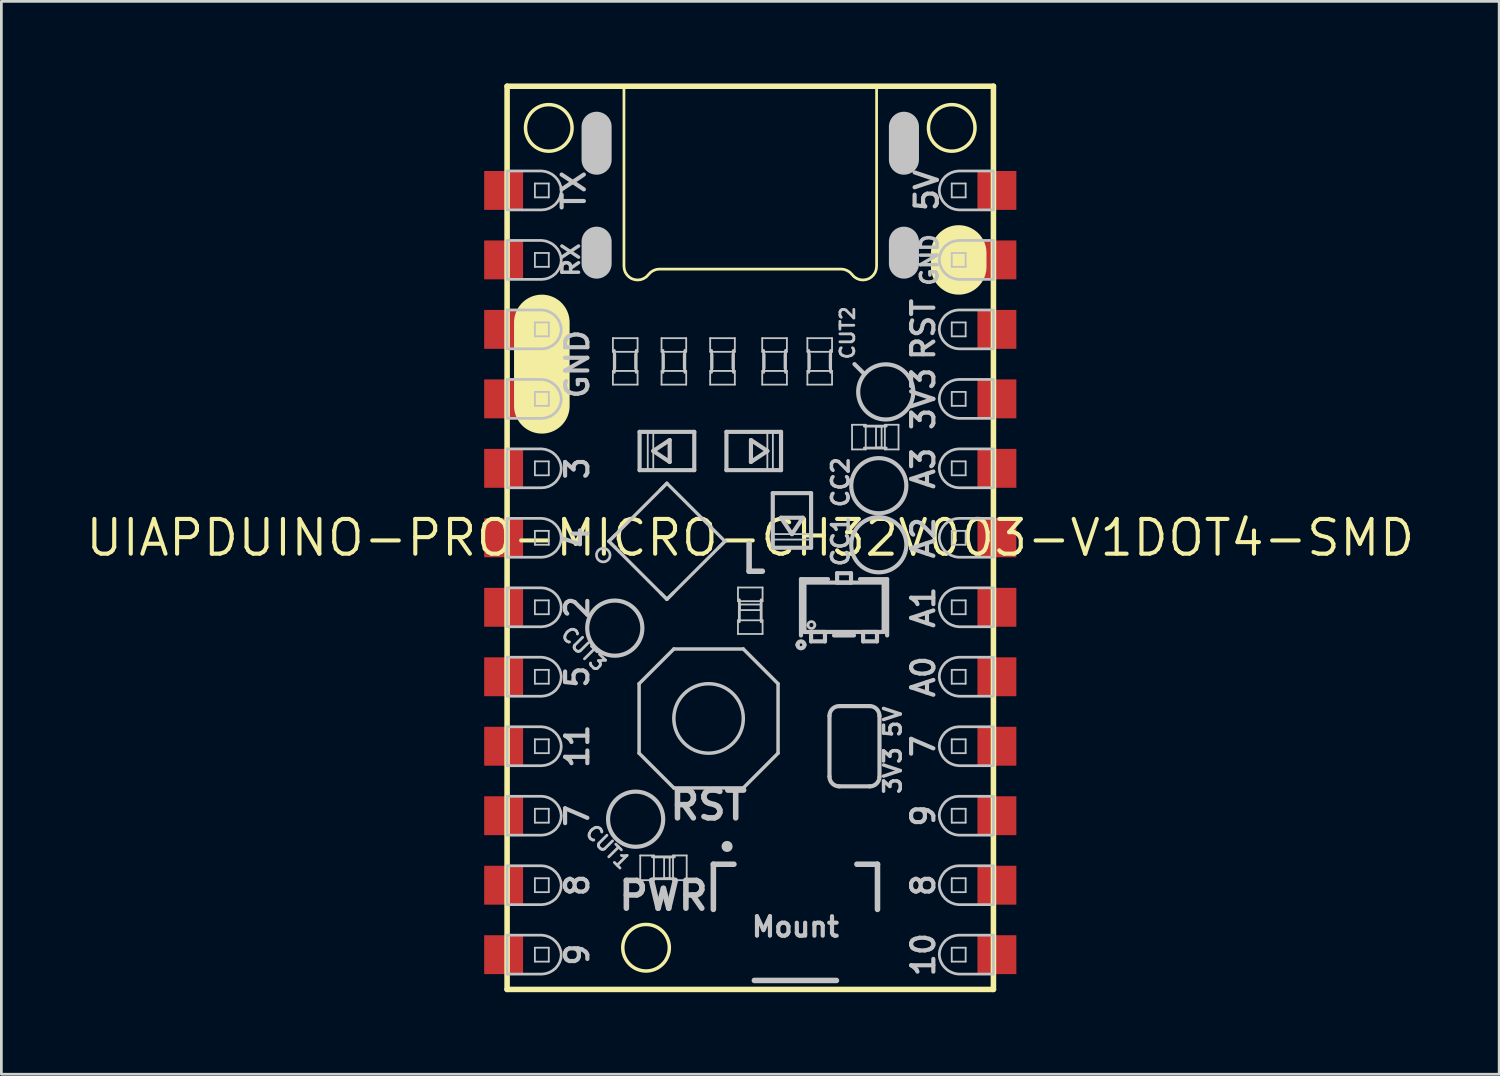
<source format=kicad_pcb>
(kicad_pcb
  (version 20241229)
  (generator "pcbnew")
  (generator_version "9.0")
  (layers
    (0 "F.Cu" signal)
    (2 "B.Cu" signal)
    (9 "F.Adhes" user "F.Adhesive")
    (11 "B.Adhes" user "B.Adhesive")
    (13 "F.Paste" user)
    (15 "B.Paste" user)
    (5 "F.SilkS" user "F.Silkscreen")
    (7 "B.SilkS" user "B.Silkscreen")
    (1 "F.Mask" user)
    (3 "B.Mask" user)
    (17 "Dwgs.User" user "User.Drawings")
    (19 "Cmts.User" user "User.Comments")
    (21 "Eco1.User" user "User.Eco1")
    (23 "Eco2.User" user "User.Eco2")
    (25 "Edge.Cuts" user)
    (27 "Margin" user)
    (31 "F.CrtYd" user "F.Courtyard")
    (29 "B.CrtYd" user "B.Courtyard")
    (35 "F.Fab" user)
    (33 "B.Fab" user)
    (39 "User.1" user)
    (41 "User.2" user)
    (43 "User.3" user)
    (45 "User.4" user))
  (footprint "UIAPDUINO-PRO-MICRO-CH32V003-V1DOT4-SMD"
    (layer "F.Cu")
    (at 24.379 16.612)
    (property "Reference" "UIAPDUINO-PRO-MICRO-CH32V003-V1DOT4-SMD" (at 0 0 0) (layer "F.SilkS") (effects (font (size 1.27 1.27) (thickness 0.15))))
    (attr smd)
    (fp_line (start -8.89 -16.51) (end -8.89 16.51) (stroke (width 0.203) (type solid)) (layer "F.SilkS"))
    (fp_line (start -8.89 16.51) (end 8.89 16.51) (stroke (width 0.203) (type solid)) (layer "F.SilkS"))
    (fp_line (start -7.62 -7.874) (end -7.62 -4.826) (stroke (width 2.032) (type solid)) (layer "F.SilkS"))
    (fp_line (start 7.62 -10.414) (end 7.62 -9.906) (stroke (width 2.032) (type solid)) (layer "F.SilkS"))
    (fp_line (start 8.89 -16.51) (end -8.89 -16.51) (stroke (width 0.203) (type solid)) (layer "F.SilkS"))
    (fp_line (start 8.89 16.51) (end 8.89 -16.51) (stroke (width 0.203) (type solid)) (layer "F.SilkS"))
    (fp_circle (center -7.366 -14.986) (end -7.366 -15.837) (stroke (width 0.127) (type solid)) (fill no) (layer "F.SilkS"))
    (fp_circle (center -3.81 14.986) (end -3.81 14.135) (stroke (width 0.127) (type solid)) (fill no) (layer "F.SilkS"))
    (fp_circle (center 7.366 -14.986) (end 7.366 -15.837) (stroke (width 0.127) (type solid)) (fill no) (layer "F.SilkS"))
    (fp_poly (pts (xy 4.618 -16.525) (xy 4.618 -9.926) (xy 4.605 -9.815) (xy 4.569 -9.708) (xy 4.508 -9.614) (xy 4.43 -9.535) (xy 4.336 -9.474) (xy 4.229 -9.439) (xy 4.12 -9.426) (xy 4.003 -9.439) (xy 3.896 -9.479) (xy 3.797 -9.543) (xy 3.719 -9.627) (xy 3.64 -9.71) (xy 3.543 -9.771) (xy 3.434 -9.812) (xy 3.32 -9.825) (xy -3.32 -9.825) (xy -3.434 -9.812) (xy -3.543 -9.771) (xy -3.64 -9.71) (xy -3.719 -9.627) (xy -3.797 -9.543) (xy -3.896 -9.479) (xy -4.003 -9.439) (xy -4.12 -9.426) (xy -4.229 -9.439) (xy -4.336 -9.474) (xy -4.43 -9.535) (xy -4.508 -9.614) (xy -4.569 -9.708) (xy -4.605 -9.815) (xy -4.618 -9.926) (xy -4.618 -16.525) (xy 4.618 -16.525)) (stroke (width 0.1) (type solid)) (fill no) (layer "F.SilkS"))
    (fp_line (start -7.874 -12.446) (end -7.874 -12.954) (stroke (width 0.066) (type solid)) (layer "Dwgs.User"))
    (fp_line (start -7.874 -9.906) (end -7.874 -10.414) (stroke (width 0.066) (type solid)) (layer "Dwgs.User"))
    (fp_line (start -7.874 -7.366) (end -7.874 -7.874) (stroke (width 0.066) (type solid)) (layer "Dwgs.User"))
    (fp_line (start -7.874 -4.826) (end -7.874 -5.334) (stroke (width 0.066) (type solid)) (layer "Dwgs.User"))
    (fp_line (start -7.874 -2.286) (end -7.874 -2.794) (stroke (width 0.066) (type solid)) (layer "Dwgs.User"))
    (fp_line (start -7.874 0.254) (end -7.874 -0.254) (stroke (width 0.066) (type solid)) (layer "Dwgs.User"))
    (fp_line (start -7.874 2.794) (end -7.874 2.286) (stroke (width 0.066) (type solid)) (layer "Dwgs.User"))
    (fp_line (start -7.874 5.334) (end -7.874 4.826) (stroke (width 0.066) (type solid)) (layer "Dwgs.User"))
    (fp_line (start -7.874 7.874) (end -7.874 7.366) (stroke (width 0.066) (type solid)) (layer "Dwgs.User"))
    (fp_line (start -7.874 10.414) (end -7.874 9.906) (stroke (width 0.066) (type solid)) (layer "Dwgs.User"))
    (fp_line (start -7.874 12.954) (end -7.874 12.446) (stroke (width 0.066) (type solid)) (layer "Dwgs.User"))
    (fp_line (start -7.874 15.494) (end -7.874 14.986) (stroke (width 0.066) (type solid)) (layer "Dwgs.User"))
    (fp_line (start -7.366 -12.954) (end -7.874 -12.954) (stroke (width 0.066) (type solid)) (layer "Dwgs.User"))
    (fp_line (start -7.366 -12.446) (end -7.874 -12.446) (stroke (width 0.066) (type solid)) (layer "Dwgs.User"))
    (fp_line (start -7.366 -12.446) (end -7.366 -12.954) (stroke (width 0.066) (type solid)) (layer "Dwgs.User"))
    (fp_line (start -7.366 -10.414) (end -7.874 -10.414) (stroke (width 0.066) (type solid)) (layer "Dwgs.User"))
    (fp_line (start -7.366 -9.906) (end -7.874 -9.906) (stroke (width 0.066) (type solid)) (layer "Dwgs.User"))
    (fp_line (start -7.366 -9.906) (end -7.366 -10.414) (stroke (width 0.066) (type solid)) (layer "Dwgs.User"))
    (fp_line (start -7.366 -7.874) (end -7.874 -7.874) (stroke (width 0.066) (type solid)) (layer "Dwgs.User"))
    (fp_line (start -7.366 -7.366) (end -7.874 -7.366) (stroke (width 0.066) (type solid)) (layer "Dwgs.User"))
    (fp_line (start -7.366 -7.366) (end -7.366 -7.874) (stroke (width 0.066) (type solid)) (layer "Dwgs.User"))
    (fp_line (start -7.366 -5.334) (end -7.874 -5.334) (stroke (width 0.066) (type solid)) (layer "Dwgs.User"))
    (fp_line (start -7.366 -4.826) (end -7.874 -4.826) (stroke (width 0.066) (type solid)) (layer "Dwgs.User"))
    (fp_line (start -7.366 -4.826) (end -7.366 -5.334) (stroke (width 0.066) (type solid)) (layer "Dwgs.User"))
    (fp_line (start -7.366 -2.794) (end -7.874 -2.794) (stroke (width 0.066) (type solid)) (layer "Dwgs.User"))
    (fp_line (start -7.366 -2.286) (end -7.874 -2.286) (stroke (width 0.066) (type solid)) (layer "Dwgs.User"))
    (fp_line (start -7.366 -2.286) (end -7.366 -2.794) (stroke (width 0.066) (type solid)) (layer "Dwgs.User"))
    (fp_line (start -7.366 -0.254) (end -7.874 -0.254) (stroke (width 0.066) (type solid)) (layer "Dwgs.User"))
    (fp_line (start -7.366 0.254) (end -7.874 0.254) (stroke (width 0.066) (type solid)) (layer "Dwgs.User"))
    (fp_line (start -7.366 0.254) (end -7.366 -0.254) (stroke (width 0.066) (type solid)) (layer "Dwgs.User"))
    (fp_line (start -7.366 2.286) (end -7.874 2.286) (stroke (width 0.066) (type solid)) (layer "Dwgs.User"))
    (fp_line (start -7.366 2.794) (end -7.874 2.794) (stroke (width 0.066) (type solid)) (layer "Dwgs.User"))
    (fp_line (start -7.366 2.794) (end -7.366 2.286) (stroke (width 0.066) (type solid)) (layer "Dwgs.User"))
    (fp_line (start -7.366 4.826) (end -7.874 4.826) (stroke (width 0.066) (type solid)) (layer "Dwgs.User"))
    (fp_line (start -7.366 5.334) (end -7.874 5.334) (stroke (width 0.066) (type solid)) (layer "Dwgs.User"))
    (fp_line (start -7.366 5.334) (end -7.366 4.826) (stroke (width 0.066) (type solid)) (layer "Dwgs.User"))
    (fp_line (start -7.366 7.366) (end -7.874 7.366) (stroke (width 0.066) (type solid)) (layer "Dwgs.User"))
    (fp_line (start -7.366 7.874) (end -7.874 7.874) (stroke (width 0.066) (type solid)) (layer "Dwgs.User"))
    (fp_line (start -7.366 7.874) (end -7.366 7.366) (stroke (width 0.066) (type solid)) (layer "Dwgs.User"))
    (fp_line (start -7.366 9.906) (end -7.874 9.906) (stroke (width 0.066) (type solid)) (layer "Dwgs.User"))
    (fp_line (start -7.366 10.414) (end -7.874 10.414) (stroke (width 0.066) (type solid)) (layer "Dwgs.User"))
    (fp_line (start -7.366 10.414) (end -7.366 9.906) (stroke (width 0.066) (type solid)) (layer "Dwgs.User"))
    (fp_line (start -7.366 12.446) (end -7.874 12.446) (stroke (width 0.066) (type solid)) (layer "Dwgs.User"))
    (fp_line (start -7.366 12.954) (end -7.874 12.954) (stroke (width 0.066) (type solid)) (layer "Dwgs.User"))
    (fp_line (start -7.366 12.954) (end -7.366 12.446) (stroke (width 0.066) (type solid)) (layer "Dwgs.User"))
    (fp_line (start -7.366 14.986) (end -7.874 14.986) (stroke (width 0.066) (type solid)) (layer "Dwgs.User"))
    (fp_line (start -7.366 15.494) (end -7.874 15.494) (stroke (width 0.066) (type solid)) (layer "Dwgs.User"))
    (fp_line (start -7.366 15.494) (end -7.366 14.986) (stroke (width 0.066) (type solid)) (layer "Dwgs.User"))
    (fp_line (start -5.618 -13.825) (end -5.618 -15.027) (stroke (width 1.1) (type solid)) (layer "Dwgs.User"))
    (fp_line (start -5.618 -10.025) (end -5.618 -10.825) (stroke (width 1.1) (type solid)) (layer "Dwgs.User"))
    (fp_line (start -5.169 0.127) (end -4.93 -0.109) (stroke (width 0.119) (type solid)) (layer "Dwgs.User"))
    (fp_line (start -5.169 0.127) (end -3.048 -1.994) (stroke (width 0.119) (type solid)) (layer "Dwgs.User"))
    (fp_line (start -5.022 -7.3) (end -5.022 -6.8) (stroke (width 0.066) (type solid)) (layer "Dwgs.User"))
    (fp_line (start -5.022 -6.101) (end -5.022 -5.601) (stroke (width 0.066) (type solid)) (layer "Dwgs.User"))
    (fp_line (start -4.971 -6.05) (end -4.971 -6.85) (stroke (width 0.102) (type solid)) (layer "Dwgs.User"))
    (fp_line (start -4.953 -6.198) (end -4.953 -6.706) (stroke (width 0.102) (type solid)) (layer "Dwgs.User"))
    (fp_line (start -4.93 0.363) (end -5.169 0.127) (stroke (width 0.119) (type solid)) (layer "Dwgs.User"))
    (fp_line (start -4.191 -6.198) (end -4.191 -6.706) (stroke (width 0.102) (type solid)) (layer "Dwgs.User"))
    (fp_line (start -4.171 -6.05) (end -4.171 -6.85) (stroke (width 0.102) (type solid)) (layer "Dwgs.User"))
    (fp_line (start -4.12 -7.3) (end -5.022 -7.3) (stroke (width 0.066) (type solid)) (layer "Dwgs.User"))
    (fp_line (start -4.12 -7.3) (end -4.12 -6.8) (stroke (width 0.066) (type solid)) (layer "Dwgs.User"))
    (fp_line (start -4.12 -6.8) (end -5.022 -6.8) (stroke (width 0.066) (type solid)) (layer "Dwgs.User"))
    (fp_line (start -4.12 -6.101) (end -5.022 -6.101) (stroke (width 0.066) (type solid)) (layer "Dwgs.User"))
    (fp_line (start -4.12 -6.101) (end -4.12 -5.601) (stroke (width 0.066) (type solid)) (layer "Dwgs.User"))
    (fp_line (start -4.12 -5.601) (end -5.022 -5.601) (stroke (width 0.066) (type solid)) (layer "Dwgs.User"))
    (fp_line (start -4.064 5.334) (end -4.064 7.874) (stroke (width 0.127) (type solid)) (layer "Dwgs.User"))
    (fp_line (start -4.064 7.874) (end -2.794 9.144) (stroke (width 0.127) (type solid)) (layer "Dwgs.User"))
    (fp_line (start -4.046 -3.873) (end -2.047 -3.873) (stroke (width 0.152) (type solid)) (layer "Dwgs.User"))
    (fp_line (start -4.046 -2.474) (end -4.046 -3.873) (stroke (width 0.152) (type solid)) (layer "Dwgs.User"))
    (fp_line (start -4.023 11.613) (end -4.023 12.515) (stroke (width 0.066) (type solid)) (layer "Dwgs.User"))
    (fp_line (start -4.023 11.613) (end -3.523 11.613) (stroke (width 0.066) (type solid)) (layer "Dwgs.User"))
    (fp_line (start -4.023 12.515) (end -3.523 12.515) (stroke (width 0.066) (type solid)) (layer "Dwgs.User"))
    (fp_line (start -3.747 -3.873) (end -3.546 -3.873) (stroke (width 0.066) (type solid)) (layer "Dwgs.User"))
    (fp_line (start -3.747 -2.474) (end -3.747 -3.873) (stroke (width 0.066) (type solid)) (layer "Dwgs.User"))
    (fp_line (start -3.747 -2.474) (end -3.546 -2.474) (stroke (width 0.066) (type solid)) (layer "Dwgs.User"))
    (fp_line (start -3.546 -3.175) (end -2.946 -3.574) (stroke (width 0.152) (type solid)) (layer "Dwgs.User"))
    (fp_line (start -3.546 -2.474) (end -3.546 -3.873) (stroke (width 0.066) (type solid)) (layer "Dwgs.User"))
    (fp_line (start -3.523 11.613) (end -3.523 12.515) (stroke (width 0.066) (type solid)) (layer "Dwgs.User"))
    (fp_line (start -3.284 2.009) (end -3.048 2.248) (stroke (width 0.119) (type solid)) (layer "Dwgs.User"))
    (fp_line (start -3.244 -7.3) (end -3.244 -6.8) (stroke (width 0.066) (type solid)) (layer "Dwgs.User"))
    (fp_line (start -3.244 -6.101) (end -3.244 -5.601) (stroke (width 0.066) (type solid)) (layer "Dwgs.User"))
    (fp_line (start -3.193 -6.05) (end -3.193 -6.85) (stroke (width 0.102) (type solid)) (layer "Dwgs.User"))
    (fp_line (start -3.175 -6.198) (end -3.175 -6.706) (stroke (width 0.102) (type solid)) (layer "Dwgs.User"))
    (fp_line (start -3.15 11.684) (end -3.15 12.446) (stroke (width 0.066) (type solid)) (layer "Dwgs.User"))
    (fp_line (start -3.15 11.684) (end -2.946 11.684) (stroke (width 0.066) (type solid)) (layer "Dwgs.User"))
    (fp_line (start -3.15 12.446) (end -2.946 12.446) (stroke (width 0.066) (type solid)) (layer "Dwgs.User"))
    (fp_line (start -3.048 -1.994) (end -3.284 -1.755) (stroke (width 0.119) (type solid)) (layer "Dwgs.User"))
    (fp_line (start -3.048 -1.994) (end -0.925 0.127) (stroke (width 0.119) (type solid)) (layer "Dwgs.User"))
    (fp_line (start -3.048 2.248) (end -5.169 0.127) (stroke (width 0.119) (type solid)) (layer "Dwgs.User"))
    (fp_line (start -3.048 2.248) (end -2.809 2.009) (stroke (width 0.119) (type solid)) (layer "Dwgs.User"))
    (fp_line (start -2.946 -3.574) (end -2.946 -2.774) (stroke (width 0.152) (type solid)) (layer "Dwgs.User"))
    (fp_line (start -2.946 -2.774) (end -3.546 -3.175) (stroke (width 0.152) (type solid)) (layer "Dwgs.User"))
    (fp_line (start -2.946 11.684) (end -2.946 12.446) (stroke (width 0.066) (type solid)) (layer "Dwgs.User"))
    (fp_line (start -2.824 11.613) (end -2.824 12.515) (stroke (width 0.066) (type solid)) (layer "Dwgs.User"))
    (fp_line (start -2.824 11.613) (end -2.324 11.613) (stroke (width 0.066) (type solid)) (layer "Dwgs.User"))
    (fp_line (start -2.824 12.515) (end -2.324 12.515) (stroke (width 0.066) (type solid)) (layer "Dwgs.User"))
    (fp_line (start -2.794 4.064) (end -4.064 5.334) (stroke (width 0.127) (type solid)) (layer "Dwgs.User"))
    (fp_line (start -2.794 9.144) (end -0.254 9.144) (stroke (width 0.127) (type solid)) (layer "Dwgs.User"))
    (fp_line (start -2.774 11.664) (end -3.574 11.664) (stroke (width 0.102) (type solid)) (layer "Dwgs.User"))
    (fp_line (start -2.774 12.464) (end -3.574 12.464) (stroke (width 0.102) (type solid)) (layer "Dwgs.User"))
    (fp_line (start -2.413 -6.198) (end -2.413 -6.706) (stroke (width 0.102) (type solid)) (layer "Dwgs.User"))
    (fp_line (start -2.393 -6.05) (end -2.393 -6.85) (stroke (width 0.102) (type solid)) (layer "Dwgs.User"))
    (fp_line (start -2.342 -7.3) (end -3.244 -7.3) (stroke (width 0.066) (type solid)) (layer "Dwgs.User"))
    (fp_line (start -2.342 -7.3) (end -2.342 -6.8) (stroke (width 0.066) (type solid)) (layer "Dwgs.User"))
    (fp_line (start -2.342 -6.8) (end -3.244 -6.8) (stroke (width 0.066) (type solid)) (layer "Dwgs.User"))
    (fp_line (start -2.342 -6.101) (end -3.244 -6.101) (stroke (width 0.066) (type solid)) (layer "Dwgs.User"))
    (fp_line (start -2.342 -6.101) (end -2.342 -5.601) (stroke (width 0.066) (type solid)) (layer "Dwgs.User"))
    (fp_line (start -2.342 -5.601) (end -3.244 -5.601) (stroke (width 0.066) (type solid)) (layer "Dwgs.User"))
    (fp_line (start -2.324 11.613) (end -2.324 12.515) (stroke (width 0.066) (type solid)) (layer "Dwgs.User"))
    (fp_line (start -2.047 -3.873) (end -2.047 -2.474) (stroke (width 0.152) (type solid)) (layer "Dwgs.User"))
    (fp_line (start -2.047 -2.474) (end -4.046 -2.474) (stroke (width 0.152) (type solid)) (layer "Dwgs.User"))
    (fp_line (start -1.466 -7.3) (end -1.466 -6.8) (stroke (width 0.066) (type solid)) (layer "Dwgs.User"))
    (fp_line (start -1.466 -6.101) (end -1.466 -5.601) (stroke (width 0.066) (type solid)) (layer "Dwgs.User"))
    (fp_line (start -1.415 -6.05) (end -1.415 -6.85) (stroke (width 0.102) (type solid)) (layer "Dwgs.User"))
    (fp_line (start -1.397 -6.198) (end -1.397 -6.706) (stroke (width 0.102) (type solid)) (layer "Dwgs.User"))
    (fp_line (start -1.349 11.933) (end -0.597 11.933) (stroke (width 0.203) (type solid)) (layer "Dwgs.User"))
    (fp_line (start -1.349 13.584) (end -1.349 11.933) (stroke (width 0.203) (type solid)) (layer "Dwgs.User"))
    (fp_line (start -0.925 0.127) (end -3.048 2.248) (stroke (width 0.119) (type solid)) (layer "Dwgs.User"))
    (fp_line (start -0.925 0.127) (end -1.163 0.363) (stroke (width 0.119) (type solid)) (layer "Dwgs.User"))
    (fp_line (start -0.871 -3.873) (end 1.125 -3.873) (stroke (width 0.152) (type solid)) (layer "Dwgs.User"))
    (fp_line (start -0.871 -2.474) (end -0.871 -3.873) (stroke (width 0.152) (type solid)) (layer "Dwgs.User"))
    (fp_line (start -0.635 -6.198) (end -0.635 -6.706) (stroke (width 0.102) (type solid)) (layer "Dwgs.User"))
    (fp_line (start -0.615 -6.05) (end -0.615 -6.85) (stroke (width 0.102) (type solid)) (layer "Dwgs.User"))
    (fp_line (start -0.564 -7.3) (end -1.466 -7.3) (stroke (width 0.066) (type solid)) (layer "Dwgs.User"))
    (fp_line (start -0.564 -7.3) (end -0.564 -6.8) (stroke (width 0.066) (type solid)) (layer "Dwgs.User"))
    (fp_line (start -0.564 -6.8) (end -1.466 -6.8) (stroke (width 0.066) (type solid)) (layer "Dwgs.User"))
    (fp_line (start -0.564 -6.101) (end -1.466 -6.101) (stroke (width 0.066) (type solid)) (layer "Dwgs.User"))
    (fp_line (start -0.564 -6.101) (end -0.564 -5.601) (stroke (width 0.066) (type solid)) (layer "Dwgs.User"))
    (fp_line (start -0.564 -5.601) (end -1.466 -5.601) (stroke (width 0.066) (type solid)) (layer "Dwgs.User"))
    (fp_line (start -0.45 1.816) (end 0.45 1.816) (stroke (width 0.066) (type solid)) (layer "Dwgs.User"))
    (fp_line (start -0.45 2.316) (end -0.45 1.816) (stroke (width 0.066) (type solid)) (layer "Dwgs.User"))
    (fp_line (start -0.45 2.316) (end 0.45 2.316) (stroke (width 0.066) (type solid)) (layer "Dwgs.User"))
    (fp_line (start -0.45 3.015) (end 0.45 3.015) (stroke (width 0.066) (type solid)) (layer "Dwgs.User"))
    (fp_line (start -0.45 3.515) (end -0.45 3.015) (stroke (width 0.066) (type solid)) (layer "Dwgs.User"))
    (fp_line (start -0.45 3.515) (end 0.45 3.515) (stroke (width 0.066) (type solid)) (layer "Dwgs.User"))
    (fp_line (start -0.399 2.266) (end -0.399 3.066) (stroke (width 0.102) (type solid)) (layer "Dwgs.User"))
    (fp_line (start -0.381 2.438) (end 0.381 2.438) (stroke (width 0.066) (type solid)) (layer "Dwgs.User"))
    (fp_line (start -0.381 2.642) (end -0.381 2.438) (stroke (width 0.066) (type solid)) (layer "Dwgs.User"))
    (fp_line (start -0.381 2.642) (end 0.381 2.642) (stroke (width 0.066) (type solid)) (layer "Dwgs.User"))
    (fp_line (start -0.254 4.064) (end -2.794 4.064) (stroke (width 0.127) (type solid)) (layer "Dwgs.User"))
    (fp_line (start -0.254 9.144) (end 1.016 7.874) (stroke (width 0.127) (type solid)) (layer "Dwgs.User"))
    (fp_line (start 0.025 -3.574) (end 0.625 -3.175) (stroke (width 0.152) (type solid)) (layer "Dwgs.User"))
    (fp_line (start 0.025 -2.774) (end 0.025 -3.574) (stroke (width 0.152) (type solid)) (layer "Dwgs.User"))
    (fp_line (start 0.15 16.182) (end 3.15 16.182) (stroke (width 0.203) (type solid)) (layer "Dwgs.User"))
    (fp_line (start 0.381 2.642) (end 0.381 2.438) (stroke (width 0.066) (type solid)) (layer "Dwgs.User"))
    (fp_line (start 0.399 2.266) (end 0.399 3.066) (stroke (width 0.102) (type solid)) (layer "Dwgs.User"))
    (fp_line (start 0.437 -7.3) (end 0.437 -6.8) (stroke (width 0.066) (type solid)) (layer "Dwgs.User"))
    (fp_line (start 0.437 -6.101) (end 0.437 -5.601) (stroke (width 0.066) (type solid)) (layer "Dwgs.User"))
    (fp_line (start 0.45 2.316) (end 0.45 1.816) (stroke (width 0.066) (type solid)) (layer "Dwgs.User"))
    (fp_line (start 0.45 3.515) (end 0.45 3.015) (stroke (width 0.066) (type solid)) (layer "Dwgs.User"))
    (fp_line (start 0.488 -6.05) (end 0.488 -6.85) (stroke (width 0.102) (type solid)) (layer "Dwgs.User"))
    (fp_line (start 0.508 -6.198) (end 0.508 -6.706) (stroke (width 0.102) (type solid)) (layer "Dwgs.User"))
    (fp_line (start 0.625 -3.873) (end 0.625 -2.474) (stroke (width 0.066) (type solid)) (layer "Dwgs.User"))
    (fp_line (start 0.625 -3.175) (end 0.025 -2.774) (stroke (width 0.152) (type solid)) (layer "Dwgs.User"))
    (fp_line (start 0.823 -1.633) (end 2.223 -1.633) (stroke (width 0.152) (type solid)) (layer "Dwgs.User"))
    (fp_line (start 0.823 0.064) (end 0.823 -0.135) (stroke (width 0.066) (type solid)) (layer "Dwgs.User"))
    (fp_line (start 0.823 0.363) (end 0.823 -1.633) (stroke (width 0.152) (type solid)) (layer "Dwgs.User"))
    (fp_line (start 0.826 -3.873) (end 0.625 -3.873) (stroke (width 0.066) (type solid)) (layer "Dwgs.User"))
    (fp_line (start 0.826 -3.873) (end 0.826 -2.474) (stroke (width 0.066) (type solid)) (layer "Dwgs.User"))
    (fp_line (start 0.826 -2.474) (end 0.625 -2.474) (stroke (width 0.066) (type solid)) (layer "Dwgs.User"))
    (fp_line (start 1.016 5.334) (end -0.254 4.064) (stroke (width 0.127) (type solid)) (layer "Dwgs.User"))
    (fp_line (start 1.016 7.874) (end 1.016 5.334) (stroke (width 0.127) (type solid)) (layer "Dwgs.User"))
    (fp_line (start 1.123 -0.734) (end 1.923 -0.734) (stroke (width 0.152) (type solid)) (layer "Dwgs.User"))
    (fp_line (start 1.125 -3.873) (end 1.125 -2.474) (stroke (width 0.152) (type solid)) (layer "Dwgs.User"))
    (fp_line (start 1.125 -2.474) (end -0.871 -2.474) (stroke (width 0.152) (type solid)) (layer "Dwgs.User"))
    (fp_line (start 1.27 -6.198) (end 1.27 -6.706) (stroke (width 0.102) (type solid)) (layer "Dwgs.User"))
    (fp_line (start 1.288 -6.05) (end 1.288 -6.85) (stroke (width 0.102) (type solid)) (layer "Dwgs.User"))
    (fp_line (start 1.339 -7.3) (end 0.437 -7.3) (stroke (width 0.066) (type solid)) (layer "Dwgs.User"))
    (fp_line (start 1.339 -7.3) (end 1.339 -6.8) (stroke (width 0.066) (type solid)) (layer "Dwgs.User"))
    (fp_line (start 1.339 -6.8) (end 0.437 -6.8) (stroke (width 0.066) (type solid)) (layer "Dwgs.User"))
    (fp_line (start 1.339 -6.101) (end 0.437 -6.101) (stroke (width 0.066) (type solid)) (layer "Dwgs.User"))
    (fp_line (start 1.339 -6.101) (end 1.339 -5.601) (stroke (width 0.066) (type solid)) (layer "Dwgs.User"))
    (fp_line (start 1.339 -5.601) (end 0.437 -5.601) (stroke (width 0.066) (type solid)) (layer "Dwgs.User"))
    (fp_line (start 1.524 -0.135) (end 1.123 -0.734) (stroke (width 0.152) (type solid)) (layer "Dwgs.User"))
    (fp_line (start 1.854 1.511) (end 1.854 3.569) (stroke (width 0.152) (type solid)) (layer "Dwgs.User"))
    (fp_line (start 1.923 -0.734) (end 1.524 -0.135) (stroke (width 0.152) (type solid)) (layer "Dwgs.User"))
    (fp_line (start 1.981 1.638) (end 1.981 3.442) (stroke (width 0.152) (type solid)) (layer "Dwgs.User"))
    (fp_line (start 1.981 3.442) (end 4.877 3.442) (stroke (width 0.152) (type solid)) (layer "Dwgs.User"))
    (fp_line (start 2.088 -7.3) (end 2.088 -6.8) (stroke (width 0.066) (type solid)) (layer "Dwgs.User"))
    (fp_line (start 2.088 -6.101) (end 2.088 -5.601) (stroke (width 0.066) (type solid)) (layer "Dwgs.User"))
    (fp_line (start 2.139 -6.05) (end 2.139 -6.85) (stroke (width 0.102) (type solid)) (layer "Dwgs.User"))
    (fp_line (start 2.159 -6.198) (end 2.159 -6.706) (stroke (width 0.102) (type solid)) (layer "Dwgs.User"))
    (fp_line (start 2.223 -1.633) (end 2.223 0.363) (stroke (width 0.152) (type solid)) (layer "Dwgs.User"))
    (fp_line (start 2.223 -0.135) (end 0.823 -0.135) (stroke (width 0.066) (type solid)) (layer "Dwgs.User"))
    (fp_line (start 2.223 0.064) (end 0.823 0.064) (stroke (width 0.066) (type solid)) (layer "Dwgs.User"))
    (fp_line (start 2.223 0.064) (end 2.223 -0.135) (stroke (width 0.066) (type solid)) (layer "Dwgs.User"))
    (fp_line (start 2.223 0.363) (end 0.823 0.363) (stroke (width 0.152) (type solid)) (layer "Dwgs.User"))
    (fp_line (start 2.223 3.442) (end 2.223 3.785) (stroke (width 0.152) (type solid)) (layer "Dwgs.User"))
    (fp_line (start 2.223 3.785) (end 2.731 3.785) (stroke (width 0.152) (type solid)) (layer "Dwgs.User"))
    (fp_line (start 2.731 3.442) (end 2.223 3.442) (stroke (width 0.152) (type solid)) (layer "Dwgs.User"))
    (fp_line (start 2.731 3.785) (end 2.731 3.442) (stroke (width 0.152) (type solid)) (layer "Dwgs.User"))
    (fp_line (start 2.842 1.511) (end 1.854 1.511) (stroke (width 0.152) (type solid)) (layer "Dwgs.User"))
    (fp_line (start 2.896 8.73) (end 2.896 6.507) (stroke (width 0.152) (type solid)) (layer "Dwgs.User"))
    (fp_line (start 2.921 -6.198) (end 2.921 -6.706) (stroke (width 0.102) (type solid)) (layer "Dwgs.User"))
    (fp_line (start 2.939 -6.05) (end 2.939 -6.85) (stroke (width 0.102) (type solid)) (layer "Dwgs.User"))
    (fp_line (start 2.99 -7.3) (end 2.088 -7.3) (stroke (width 0.066) (type solid)) (layer "Dwgs.User"))
    (fp_line (start 2.99 -7.3) (end 2.99 -6.8) (stroke (width 0.066) (type solid)) (layer "Dwgs.User"))
    (fp_line (start 2.99 -6.8) (end 2.088 -6.8) (stroke (width 0.066) (type solid)) (layer "Dwgs.User"))
    (fp_line (start 2.99 -6.101) (end 2.088 -6.101) (stroke (width 0.066) (type solid)) (layer "Dwgs.User"))
    (fp_line (start 2.99 -6.101) (end 2.99 -5.601) (stroke (width 0.066) (type solid)) (layer "Dwgs.User"))
    (fp_line (start 2.99 -5.601) (end 2.088 -5.601) (stroke (width 0.066) (type solid)) (layer "Dwgs.User"))
    (fp_line (start 3.063 3.569) (end 3.792 3.569) (stroke (width 0.152) (type solid)) (layer "Dwgs.User"))
    (fp_line (start 3.175 1.293) (end 3.175 1.638) (stroke (width 0.152) (type solid)) (layer "Dwgs.User"))
    (fp_line (start 3.175 1.638) (end 3.683 1.638) (stroke (width 0.152) (type solid)) (layer "Dwgs.User"))
    (fp_line (start 3.683 1.293) (end 3.175 1.293) (stroke (width 0.152) (type solid)) (layer "Dwgs.User"))
    (fp_line (start 3.683 1.638) (end 3.683 1.293) (stroke (width 0.152) (type solid)) (layer "Dwgs.User"))
    (fp_line (start 3.721 -4.133) (end 3.721 -3.231) (stroke (width 0.066) (type solid)) (layer "Dwgs.User"))
    (fp_line (start 3.721 -4.133) (end 4.221 -4.133) (stroke (width 0.066) (type solid)) (layer "Dwgs.User"))
    (fp_line (start 3.721 -3.231) (end 4.221 -3.231) (stroke (width 0.066) (type solid)) (layer "Dwgs.User"))
    (fp_line (start 3.899 11.933) (end 4.651 11.933) (stroke (width 0.203) (type solid)) (layer "Dwgs.User"))
    (fp_line (start 4.125 3.442) (end 4.125 3.785) (stroke (width 0.152) (type solid)) (layer "Dwgs.User"))
    (fp_line (start 4.125 3.785) (end 4.633 3.785) (stroke (width 0.152) (type solid)) (layer "Dwgs.User"))
    (fp_line (start 4.166 -5.994) (end 3.81 -6.35) (stroke (width 0.152) (type solid)) (layer "Dwgs.User"))
    (fp_line (start 4.221 -4.133) (end 4.221 -3.231) (stroke (width 0.066) (type solid)) (layer "Dwgs.User"))
    (fp_line (start 4.366 6.152) (end 3.251 6.152) (stroke (width 0.152) (type solid)) (layer "Dwgs.User"))
    (fp_line (start 4.366 9.086) (end 3.251 9.086) (stroke (width 0.152) (type solid)) (layer "Dwgs.User"))
    (fp_line (start 4.597 -4.064) (end 4.597 -3.302) (stroke (width 0.066) (type solid)) (layer "Dwgs.User"))
    (fp_line (start 4.597 -4.064) (end 4.801 -4.064) (stroke (width 0.066) (type solid)) (layer "Dwgs.User"))
    (fp_line (start 4.597 -3.302) (end 4.801 -3.302) (stroke (width 0.066) (type solid)) (layer "Dwgs.User"))
    (fp_line (start 4.633 3.442) (end 4.125 3.442) (stroke (width 0.152) (type solid)) (layer "Dwgs.User"))
    (fp_line (start 4.633 3.785) (end 4.633 3.442) (stroke (width 0.152) (type solid)) (layer "Dwgs.User"))
    (fp_line (start 4.651 11.933) (end 4.651 13.584) (stroke (width 0.203) (type solid)) (layer "Dwgs.User"))
    (fp_line (start 4.724 6.507) (end 4.724 8.73) (stroke (width 0.152) (type solid)) (layer "Dwgs.User"))
    (fp_line (start 4.801 -4.064) (end 4.801 -3.302) (stroke (width 0.066) (type solid)) (layer "Dwgs.User"))
    (fp_line (start 4.877 1.638) (end 1.981 1.638) (stroke (width 0.152) (type solid)) (layer "Dwgs.User"))
    (fp_line (start 4.877 3.442) (end 4.877 1.638) (stroke (width 0.152) (type solid)) (layer "Dwgs.User"))
    (fp_line (start 4.92 -4.133) (end 4.92 -3.231) (stroke (width 0.066) (type solid)) (layer "Dwgs.User"))
    (fp_line (start 4.92 -4.133) (end 5.42 -4.133) (stroke (width 0.066) (type solid)) (layer "Dwgs.User"))
    (fp_line (start 4.92 -3.231) (end 5.42 -3.231) (stroke (width 0.066) (type solid)) (layer "Dwgs.User"))
    (fp_line (start 4.971 -4.082) (end 4.171 -4.082) (stroke (width 0.102) (type solid)) (layer "Dwgs.User"))
    (fp_line (start 4.971 -3.282) (end 4.171 -3.282) (stroke (width 0.102) (type solid)) (layer "Dwgs.User"))
    (fp_line (start 5.004 1.511) (end 4.013 1.511) (stroke (width 0.152) (type solid)) (layer "Dwgs.User"))
    (fp_line (start 5.004 3.569) (end 5.004 1.511) (stroke (width 0.152) (type solid)) (layer "Dwgs.User"))
    (fp_line (start 5.42 -4.133) (end 5.42 -3.231) (stroke (width 0.066) (type solid)) (layer "Dwgs.User"))
    (fp_line (start 5.618 -13.825) (end 5.618 -15.027) (stroke (width 1.1) (type solid)) (layer "Dwgs.User"))
    (fp_line (start 5.618 -10.025) (end 5.618 -10.825) (stroke (width 1.1) (type solid)) (layer "Dwgs.User"))
    (fp_line (start 7.366 -12.954) (end 7.366 -12.446) (stroke (width 0.066) (type solid)) (layer "Dwgs.User"))
    (fp_line (start 7.366 -12.954) (end 7.874 -12.954) (stroke (width 0.066) (type solid)) (layer "Dwgs.User"))
    (fp_line (start 7.366 -12.446) (end 7.874 -12.446) (stroke (width 0.066) (type solid)) (layer "Dwgs.User"))
    (fp_line (start 7.366 -10.414) (end 7.366 -9.906) (stroke (width 0.066) (type solid)) (layer "Dwgs.User"))
    (fp_line (start 7.366 -10.414) (end 7.874 -10.414) (stroke (width 0.066) (type solid)) (layer "Dwgs.User"))
    (fp_line (start 7.366 -9.906) (end 7.874 -9.906) (stroke (width 0.066) (type solid)) (layer "Dwgs.User"))
    (fp_line (start 7.366 -7.874) (end 7.366 -7.366) (stroke (width 0.066) (type solid)) (layer "Dwgs.User"))
    (fp_line (start 7.366 -7.874) (end 7.874 -7.874) (stroke (width 0.066) (type solid)) (layer "Dwgs.User"))
    (fp_line (start 7.366 -7.366) (end 7.874 -7.366) (stroke (width 0.066) (type solid)) (layer "Dwgs.User"))
    (fp_line (start 7.366 -5.334) (end 7.366 -4.826) (stroke (width 0.066) (type solid)) (layer "Dwgs.User"))
    (fp_line (start 7.366 -5.334) (end 7.874 -5.334) (stroke (width 0.066) (type solid)) (layer "Dwgs.User"))
    (fp_line (start 7.366 -4.826) (end 7.874 -4.826) (stroke (width 0.066) (type solid)) (layer "Dwgs.User"))
    (fp_line (start 7.366 -2.794) (end 7.366 -2.286) (stroke (width 0.066) (type solid)) (layer "Dwgs.User"))
    (fp_line (start 7.366 -2.794) (end 7.874 -2.794) (stroke (width 0.066) (type solid)) (layer "Dwgs.User"))
    (fp_line (start 7.366 -2.286) (end 7.874 -2.286) (stroke (width 0.066) (type solid)) (layer "Dwgs.User"))
    (fp_line (start 7.366 -0.254) (end 7.366 0.254) (stroke (width 0.066) (type solid)) (layer "Dwgs.User"))
    (fp_line (start 7.366 -0.254) (end 7.874 -0.254) (stroke (width 0.066) (type solid)) (layer "Dwgs.User"))
    (fp_line (start 7.366 0.254) (end 7.874 0.254) (stroke (width 0.066) (type solid)) (layer "Dwgs.User"))
    (fp_line (start 7.366 2.286) (end 7.366 2.794) (stroke (width 0.066) (type solid)) (layer "Dwgs.User"))
    (fp_line (start 7.366 2.286) (end 7.874 2.286) (stroke (width 0.066) (type solid)) (layer "Dwgs.User"))
    (fp_line (start 7.366 2.794) (end 7.874 2.794) (stroke (width 0.066) (type solid)) (layer "Dwgs.User"))
    (fp_line (start 7.366 4.826) (end 7.366 5.334) (stroke (width 0.066) (type solid)) (layer "Dwgs.User"))
    (fp_line (start 7.366 4.826) (end 7.874 4.826) (stroke (width 0.066) (type solid)) (layer "Dwgs.User"))
    (fp_line (start 7.366 5.334) (end 7.874 5.334) (stroke (width 0.066) (type solid)) (layer "Dwgs.User"))
    (fp_line (start 7.366 7.366) (end 7.366 7.874) (stroke (width 0.066) (type solid)) (layer "Dwgs.User"))
    (fp_line (start 7.366 7.366) (end 7.874 7.366) (stroke (width 0.066) (type solid)) (layer "Dwgs.User"))
    (fp_line (start 7.366 7.874) (end 7.874 7.874) (stroke (width 0.066) (type solid)) (layer "Dwgs.User"))
    (fp_line (start 7.366 9.906) (end 7.366 10.414) (stroke (width 0.066) (type solid)) (layer "Dwgs.User"))
    (fp_line (start 7.366 9.906) (end 7.874 9.906) (stroke (width 0.066) (type solid)) (layer "Dwgs.User"))
    (fp_line (start 7.366 10.414) (end 7.874 10.414) (stroke (width 0.066) (type solid)) (layer "Dwgs.User"))
    (fp_line (start 7.366 12.446) (end 7.366 12.954) (stroke (width 0.066) (type solid)) (layer "Dwgs.User"))
    (fp_line (start 7.366 12.446) (end 7.874 12.446) (stroke (width 0.066) (type solid)) (layer "Dwgs.User"))
    (fp_line (start 7.366 12.954) (end 7.874 12.954) (stroke (width 0.066) (type solid)) (layer "Dwgs.User"))
    (fp_line (start 7.366 14.986) (end 7.366 15.494) (stroke (width 0.066) (type solid)) (layer "Dwgs.User"))
    (fp_line (start 7.366 14.986) (end 7.874 14.986) (stroke (width 0.066) (type solid)) (layer "Dwgs.User"))
    (fp_line (start 7.366 15.494) (end 7.874 15.494) (stroke (width 0.066) (type solid)) (layer "Dwgs.User"))
    (fp_line (start 7.874 -12.954) (end 7.874 -12.446) (stroke (width 0.066) (type solid)) (layer "Dwgs.User"))
    (fp_line (start 7.874 -10.414) (end 7.874 -9.906) (stroke (width 0.066) (type solid)) (layer "Dwgs.User"))
    (fp_line (start 7.874 -7.874) (end 7.874 -7.366) (stroke (width 0.066) (type solid)) (layer "Dwgs.User"))
    (fp_line (start 7.874 -5.334) (end 7.874 -4.826) (stroke (width 0.066) (type solid)) (layer "Dwgs.User"))
    (fp_line (start 7.874 -2.794) (end 7.874 -2.286) (stroke (width 0.066) (type solid)) (layer "Dwgs.User"))
    (fp_line (start 7.874 -0.254) (end 7.874 0.254) (stroke (width 0.066) (type solid)) (layer "Dwgs.User"))
    (fp_line (start 7.874 2.286) (end 7.874 2.794) (stroke (width 0.066) (type solid)) (layer "Dwgs.User"))
    (fp_line (start 7.874 4.826) (end 7.874 5.334) (stroke (width 0.066) (type solid)) (layer "Dwgs.User"))
    (fp_line (start 7.874 7.366) (end 7.874 7.874) (stroke (width 0.066) (type solid)) (layer "Dwgs.User"))
    (fp_line (start 7.874 9.906) (end 7.874 10.414) (stroke (width 0.066) (type solid)) (layer "Dwgs.User"))
    (fp_line (start 7.874 12.446) (end 7.874 12.954) (stroke (width 0.066) (type solid)) (layer "Dwgs.User"))
    (fp_line (start 7.874 14.986) (end 7.874 15.494) (stroke (width 0.066) (type solid)) (layer "Dwgs.User"))
    (fp_arc (start 1.7272 3.9116) (mid 1.8542 3.7846) (end 1.9812 3.9116) (stroke (width 0.1524) (type solid)) (layer "Dwgs.User"))
    (fp_arc (start 1.9812 3.9116) (mid 1.8542 4.0386) (end 1.7272 3.9116) (stroke (width 0.1524) (type solid)) (layer "Dwgs.User"))
    (fp_arc (start 2.1082 3.1877) (mid 2.2352 3.0607) (end 2.3622 3.1877) (stroke (width 0.1) (type solid)) (layer "Dwgs.User"))
    (fp_arc (start 2.3622 3.1877) (mid 2.2352 3.3147) (end 2.1082 3.1877) (stroke (width 0.1) (type solid)) (layer "Dwgs.User"))
    (fp_arc (start 2.8956 6.50748) (mid 2.999753 6.256033) (end 3.2512 6.15188) (stroke (width 0.1524) (type solid)) (layer "Dwgs.User"))
    (fp_arc (start 3.2512 9.08558) (mid 2.999753 8.981427) (end 2.8956 8.72998) (stroke (width 0.1524) (type solid)) (layer "Dwgs.User"))
    (fp_arc (start 4.36626 6.15188) (mid 4.617707 6.256033) (end 4.72186 6.50748) (stroke (width 0.1524) (type solid)) (layer "Dwgs.User"))
    (fp_arc (start 4.7244 8.72998) (mid 4.619503 8.983223) (end 4.36626 9.08812) (stroke (width 0.1524) (type solid)) (layer "Dwgs.User"))
    (fp_circle (center -5.375 0.632) (end -5.375 0.384) (stroke (width 0.1) (type solid)) (fill no) (layer "Dwgs.User"))
    (fp_circle (center -4.953 3.302) (end -4.953 2.294) (stroke (width 0.152) (type solid)) (fill no) (layer "Dwgs.User"))
    (fp_circle (center -4.191 10.287) (end -4.191 9.279) (stroke (width 0.152) (type solid)) (fill no) (layer "Dwgs.User"))
    (fp_circle (center -1.524 6.604) (end -1.524 5.334) (stroke (width 0.127) (type solid)) (fill no) (layer "Dwgs.User"))
    (fp_circle (center -0.848 11.283) (end -0.848 11.181) (stroke (width 0.203) (type solid)) (fill no) (layer "Dwgs.User"))
    (fp_circle (center 4.699 -1.905) (end 4.699 -2.913) (stroke (width 0.152) (type solid)) (fill no) (layer "Dwgs.User"))
    (fp_circle (center 4.699 0.254) (end 4.699 -0.754) (stroke (width 0.152) (type solid)) (fill no) (layer "Dwgs.User"))
    (fp_circle (center 4.953 -5.334) (end 4.953 -6.342) (stroke (width 0.152) (type solid)) (fill no) (layer "Dwgs.User"))
    (fp_poly (pts (xy -8.89 -11.989) (xy -7.62 -11.989) (xy -7.48 -12.004) (xy -7.348 -12.047) (xy -7.229 -12.113) (xy -7.12 -12.2) (xy -7.033 -12.309) (xy -6.967 -12.428) (xy -6.924 -12.56) (xy -6.909 -12.7) (xy -6.927 -12.835) (xy -6.972 -12.964) (xy -7.038 -13.086) (xy -7.127 -13.19) (xy -7.231 -13.279) (xy -7.353 -13.345) (xy -7.483 -13.391) (xy -7.62 -13.411) (xy -8.89 -13.411) (xy -8.89 -11.989)) (stroke (width 0.1) (type solid)) (fill no) (layer "Dwgs.User"))
    (fp_poly (pts (xy -8.89 -9.449) (xy -7.62 -9.449) (xy -7.48 -9.464) (xy -7.348 -9.507) (xy -7.229 -9.573) (xy -7.12 -9.66) (xy -7.033 -9.769) (xy -6.967 -9.888) (xy -6.924 -10.02) (xy -6.909 -10.16) (xy -6.927 -10.295) (xy -6.972 -10.424) (xy -7.038 -10.546) (xy -7.127 -10.65) (xy -7.231 -10.739) (xy -7.353 -10.805) (xy -7.483 -10.851) (xy -7.62 -10.871) (xy -8.89 -10.871) (xy -8.89 -9.449)) (stroke (width 0.1) (type solid)) (fill no) (layer "Dwgs.User"))
    (fp_poly (pts (xy -8.89 -6.909) (xy -7.62 -6.909) (xy -7.48 -6.924) (xy -7.348 -6.967) (xy -7.229 -7.033) (xy -7.12 -7.12) (xy -7.033 -7.229) (xy -6.967 -7.348) (xy -6.924 -7.48) (xy -6.909 -7.62) (xy -6.927 -7.755) (xy -6.972 -7.884) (xy -7.038 -8.006) (xy -7.127 -8.11) (xy -7.231 -8.199) (xy -7.353 -8.265) (xy -7.483 -8.311) (xy -7.62 -8.331) (xy -8.89 -8.331) (xy -8.89 -6.909)) (stroke (width 0.1) (type solid)) (fill no) (layer "Dwgs.User"))
    (fp_poly (pts (xy -8.89 -4.366) (xy -7.62 -4.366) (xy -7.48 -4.384) (xy -7.348 -4.427) (xy -7.229 -4.493) (xy -7.12 -4.58) (xy -7.033 -4.689) (xy -6.967 -4.808) (xy -6.924 -4.94) (xy -6.909 -5.08) (xy -6.927 -5.215) (xy -6.972 -5.344) (xy -7.038 -5.466) (xy -7.127 -5.57) (xy -7.231 -5.659) (xy -7.353 -5.725) (xy -7.483 -5.771) (xy -7.62 -5.791) (xy -8.89 -5.791) (xy -8.89 -4.366)) (stroke (width 0.1) (type solid)) (fill no) (layer "Dwgs.User"))
    (fp_poly (pts (xy -8.89 -1.829) (xy -7.62 -1.829) (xy -7.48 -1.844) (xy -7.348 -1.887) (xy -7.229 -1.953) (xy -7.12 -2.04) (xy -7.033 -2.149) (xy -6.967 -2.268) (xy -6.924 -2.4) (xy -6.909 -2.54) (xy -6.927 -2.675) (xy -6.972 -2.804) (xy -7.038 -2.926) (xy -7.127 -3.03) (xy -7.231 -3.119) (xy -7.353 -3.185) (xy -7.483 -3.231) (xy -7.62 -3.251) (xy -8.89 -3.251) (xy -8.89 -1.829)) (stroke (width 0.1) (type solid)) (fill no) (layer "Dwgs.User"))
    (fp_poly (pts (xy -8.89 0.711) (xy -7.62 0.711) (xy -7.48 0.693) (xy -7.348 0.65) (xy -7.229 0.584) (xy -7.12 0.498) (xy -7.033 0.389) (xy -6.967 0.269) (xy -6.924 0.137) (xy -6.909 0) (xy -6.927 -0.135) (xy -6.972 -0.264) (xy -7.038 -0.386) (xy -7.127 -0.49) (xy -7.231 -0.579) (xy -7.353 -0.645) (xy -7.483 -0.691) (xy -7.62 -0.711) (xy -8.89 -0.711) (xy -8.89 0.711)) (stroke (width 0.1) (type solid)) (fill no) (layer "Dwgs.User"))
    (fp_poly (pts (xy -8.89 3.251) (xy -7.62 3.251) (xy -7.48 3.233) (xy -7.348 3.19) (xy -7.229 3.124) (xy -7.12 3.038) (xy -7.033 2.929) (xy -6.967 2.809) (xy -6.924 2.677) (xy -6.909 2.54) (xy -6.927 2.403) (xy -6.972 2.273) (xy -7.038 2.151) (xy -7.127 2.047) (xy -7.231 1.958) (xy -7.353 1.892) (xy -7.483 1.847) (xy -7.62 1.829) (xy -8.89 1.829) (xy -8.89 3.251)) (stroke (width 0.1) (type solid)) (fill no) (layer "Dwgs.User"))
    (fp_poly (pts (xy -8.89 5.791) (xy -7.62 5.791) (xy -7.48 5.773) (xy -7.348 5.73) (xy -7.229 5.664) (xy -7.12 5.578) (xy -7.033 5.469) (xy -6.967 5.349) (xy -6.924 5.217) (xy -6.909 5.08) (xy -6.927 4.943) (xy -6.972 4.813) (xy -7.038 4.691) (xy -7.127 4.587) (xy -7.231 4.498) (xy -7.353 4.432) (xy -7.483 4.387) (xy -7.62 4.366) (xy -8.89 4.366) (xy -8.89 5.791)) (stroke (width 0.1) (type solid)) (fill no) (layer "Dwgs.User"))
    (fp_poly (pts (xy -8.89 8.331) (xy -7.62 8.331) (xy -7.48 8.313) (xy -7.348 8.27) (xy -7.229 8.204) (xy -7.12 8.118) (xy -7.033 8.009) (xy -6.967 7.889) (xy -6.924 7.757) (xy -6.909 7.62) (xy -6.927 7.483) (xy -6.972 7.353) (xy -7.038 7.231) (xy -7.127 7.127) (xy -7.231 7.038) (xy -7.353 6.972) (xy -7.483 6.927) (xy -7.62 6.909) (xy -8.89 6.909) (xy -8.89 8.331)) (stroke (width 0.1) (type solid)) (fill no) (layer "Dwgs.User"))
    (fp_poly (pts (xy -8.89 10.871) (xy -7.62 10.871) (xy -7.48 10.853) (xy -7.348 10.81) (xy -7.229 10.744) (xy -7.12 10.658) (xy -7.033 10.549) (xy -6.967 10.429) (xy -6.924 10.297) (xy -6.909 10.16) (xy -6.927 10.023) (xy -6.972 9.893) (xy -7.038 9.771) (xy -7.127 9.667) (xy -7.231 9.578) (xy -7.353 9.512) (xy -7.483 9.467) (xy -7.62 9.449) (xy -8.89 9.449) (xy -8.89 10.871)) (stroke (width 0.1) (type solid)) (fill no) (layer "Dwgs.User"))
    (fp_poly (pts (xy -8.89 13.411) (xy -7.62 13.411) (xy -7.48 13.393) (xy -7.348 13.35) (xy -7.229 13.284) (xy -7.12 13.198) (xy -7.033 13.089) (xy -6.967 12.969) (xy -6.924 12.837) (xy -6.909 12.7) (xy -6.927 12.563) (xy -6.972 12.433) (xy -7.038 12.311) (xy -7.127 12.207) (xy -7.231 12.118) (xy -7.353 12.052) (xy -7.483 12.007) (xy -7.62 11.989) (xy -8.89 11.989) (xy -8.89 13.411)) (stroke (width 0.1) (type solid)) (fill no) (layer "Dwgs.User"))
    (fp_poly (pts (xy -8.89 15.951) (xy -7.62 15.951) (xy -7.48 15.933) (xy -7.348 15.89) (xy -7.229 15.824) (xy -7.12 15.738) (xy -7.033 15.629) (xy -6.967 15.509) (xy -6.924 15.377) (xy -6.909 15.24) (xy -6.927 15.103) (xy -6.972 14.973) (xy -7.038 14.851) (xy -7.127 14.747) (xy -7.231 14.658) (xy -7.353 14.592) (xy -7.483 14.547) (xy -7.62 14.526) (xy -8.89 14.526) (xy -8.89 15.951)) (stroke (width 0.1) (type solid)) (fill no) (layer "Dwgs.User"))
    (fp_poly (pts (xy 8.89 -13.411) (xy 7.62 -13.411) (xy 7.48 -13.393) (xy 7.348 -13.35) (xy 7.229 -13.284) (xy 7.12 -13.198) (xy 7.033 -13.089) (xy 6.967 -12.969) (xy 6.924 -12.837) (xy 6.909 -12.7) (xy 6.927 -12.563) (xy 6.972 -12.433) (xy 7.038 -12.311) (xy 7.127 -12.207) (xy 7.231 -12.118) (xy 7.353 -12.052) (xy 7.483 -12.007) (xy 7.62 -11.989) (xy 8.89 -11.989) (xy 8.89 -13.411)) (stroke (width 0.1) (type solid)) (fill no) (layer "Dwgs.User"))
    (fp_poly (pts (xy 8.89 -10.871) (xy 7.62 -10.871) (xy 7.48 -10.853) (xy 7.348 -10.81) (xy 7.229 -10.744) (xy 7.12 -10.658) (xy 7.033 -10.549) (xy 6.967 -10.429) (xy 6.924 -10.297) (xy 6.909 -10.16) (xy 6.927 -10.023) (xy 6.972 -9.893) (xy 7.038 -9.771) (xy 7.127 -9.667) (xy 7.231 -9.578) (xy 7.353 -9.512) (xy 7.483 -9.467) (xy 7.62 -9.449) (xy 8.89 -9.449) (xy 8.89 -10.871)) (stroke (width 0.1) (type solid)) (fill no) (layer "Dwgs.User"))
    (fp_poly (pts (xy 8.89 -8.331) (xy 7.62 -8.331) (xy 7.48 -8.313) (xy 7.348 -8.27) (xy 7.229 -8.204) (xy 7.12 -8.118) (xy 7.033 -8.009) (xy 6.967 -7.889) (xy 6.924 -7.757) (xy 6.909 -7.62) (xy 6.927 -7.483) (xy 6.972 -7.353) (xy 7.038 -7.231) (xy 7.127 -7.127) (xy 7.231 -7.038) (xy 7.353 -6.972) (xy 7.483 -6.927) (xy 7.62 -6.909) (xy 8.89 -6.909) (xy 8.89 -8.331)) (stroke (width 0.1) (type solid)) (fill no) (layer "Dwgs.User"))
    (fp_poly (pts (xy 8.89 -5.791) (xy 7.62 -5.791) (xy 7.48 -5.773) (xy 7.348 -5.73) (xy 7.229 -5.664) (xy 7.12 -5.578) (xy 7.033 -5.469) (xy 6.967 -5.349) (xy 6.924 -5.217) (xy 6.909 -5.08) (xy 6.927 -4.943) (xy 6.972 -4.813) (xy 7.038 -4.691) (xy 7.127 -4.587) (xy 7.231 -4.498) (xy 7.353 -4.432) (xy 7.483 -4.387) (xy 7.62 -4.366) (xy 8.89 -4.366) (xy 8.89 -5.791)) (stroke (width 0.1) (type solid)) (fill no) (layer "Dwgs.User"))
    (fp_poly (pts (xy 8.89 -3.251) (xy 7.62 -3.251) (xy 7.48 -3.233) (xy 7.348 -3.19) (xy 7.229 -3.124) (xy 7.12 -3.038) (xy 7.033 -2.929) (xy 6.967 -2.809) (xy 6.924 -2.677) (xy 6.909 -2.54) (xy 6.927 -2.403) (xy 6.972 -2.273) (xy 7.038 -2.151) (xy 7.127 -2.047) (xy 7.231 -1.958) (xy 7.353 -1.892) (xy 7.483 -1.847) (xy 7.62 -1.829) (xy 8.89 -1.829) (xy 8.89 -3.251)) (stroke (width 0.1) (type solid)) (fill no) (layer "Dwgs.User"))
    (fp_poly (pts (xy 8.89 -0.711) (xy 7.62 -0.711) (xy 7.48 -0.693) (xy 7.348 -0.65) (xy 7.229 -0.584) (xy 7.12 -0.498) (xy 7.033 -0.389) (xy 6.967 -0.269) (xy 6.924 -0.137) (xy 6.909 0) (xy 6.927 0.135) (xy 6.972 0.264) (xy 7.038 0.386) (xy 7.127 0.49) (xy 7.231 0.579) (xy 7.353 0.645) (xy 7.483 0.691) (xy 7.62 0.711) (xy 8.89 0.711) (xy 8.89 -0.711)) (stroke (width 0.1) (type solid)) (fill no) (layer "Dwgs.User"))
    (fp_poly (pts (xy 8.89 1.829) (xy 7.62 1.829) (xy 7.48 1.844) (xy 7.348 1.887) (xy 7.229 1.953) (xy 7.12 2.04) (xy 7.033 2.149) (xy 6.967 2.268) (xy 6.924 2.4) (xy 6.909 2.54) (xy 6.927 2.675) (xy 6.972 2.804) (xy 7.038 2.926) (xy 7.127 3.03) (xy 7.231 3.119) (xy 7.353 3.185) (xy 7.483 3.231) (xy 7.62 3.251) (xy 8.89 3.251) (xy 8.89 1.829)) (stroke (width 0.1) (type solid)) (fill no) (layer "Dwgs.User"))
    (fp_poly (pts (xy 8.89 4.366) (xy 7.62 4.366) (xy 7.48 4.384) (xy 7.348 4.427) (xy 7.229 4.493) (xy 7.12 4.58) (xy 7.033 4.689) (xy 6.967 4.808) (xy 6.924 4.94) (xy 6.909 5.08) (xy 6.927 5.215) (xy 6.972 5.344) (xy 7.038 5.466) (xy 7.127 5.57) (xy 7.231 5.659) (xy 7.353 5.725) (xy 7.483 5.771) (xy 7.62 5.791) (xy 8.89 5.791) (xy 8.89 4.366)) (stroke (width 0.1) (type solid)) (fill no) (layer "Dwgs.User"))
    (fp_poly (pts (xy 8.89 6.909) (xy 7.62 6.909) (xy 7.48 6.924) (xy 7.348 6.967) (xy 7.229 7.033) (xy 7.12 7.12) (xy 7.033 7.229) (xy 6.967 7.348) (xy 6.924 7.48) (xy 6.909 7.62) (xy 6.927 7.755) (xy 6.972 7.884) (xy 7.038 8.006) (xy 7.127 8.11) (xy 7.231 8.199) (xy 7.353 8.265) (xy 7.483 8.311) (xy 7.62 8.331) (xy 8.89 8.331) (xy 8.89 6.909)) (stroke (width 0.1) (type solid)) (fill no) (layer "Dwgs.User"))
    (fp_poly (pts (xy 8.89 9.449) (xy 7.62 9.449) (xy 7.48 9.464) (xy 7.348 9.507) (xy 7.229 9.573) (xy 7.12 9.66) (xy 7.033 9.769) (xy 6.967 9.888) (xy 6.924 10.02) (xy 6.909 10.16) (xy 6.927 10.295) (xy 6.972 10.424) (xy 7.038 10.546) (xy 7.127 10.65) (xy 7.231 10.739) (xy 7.353 10.805) (xy 7.483 10.851) (xy 7.62 10.871) (xy 8.89 10.871) (xy 8.89 9.449)) (stroke (width 0.1) (type solid)) (fill no) (layer "Dwgs.User"))
    (fp_poly (pts (xy 8.89 11.989) (xy 7.62 11.989) (xy 7.48 12.004) (xy 7.348 12.047) (xy 7.229 12.113) (xy 7.12 12.2) (xy 7.033 12.309) (xy 6.967 12.428) (xy 6.924 12.56) (xy 6.909 12.7) (xy 6.927 12.835) (xy 6.972 12.964) (xy 7.038 13.086) (xy 7.127 13.19) (xy 7.231 13.279) (xy 7.353 13.345) (xy 7.483 13.391) (xy 7.62 13.411) (xy 8.89 13.411) (xy 8.89 11.989)) (stroke (width 0.1) (type solid)) (fill no) (layer "Dwgs.User"))
    (fp_poly (pts (xy 8.89 14.526) (xy 7.62 14.526) (xy 7.48 14.544) (xy 7.348 14.587) (xy 7.229 14.653) (xy 7.12 14.74) (xy 7.033 14.849) (xy 6.967 14.968) (xy 6.924 15.1) (xy 6.909 15.24) (xy 6.927 15.375) (xy 6.972 15.504) (xy 7.038 15.626) (xy 7.127 15.73) (xy 7.231 15.819) (xy 7.353 15.885) (xy 7.483 15.931) (xy 7.62 15.951) (xy 8.89 15.951) (xy 8.89 14.526)) (stroke (width 0.1) (type solid)) (fill no) (layer "Dwgs.User"))
    (fp_text user "3V3" (at 5.207 8.509 90) (layer "Dwgs.User") (effects (font (size 0.61 0.61) (thickness 0.127))))
    (fp_text user "TX" (at -6.452 -12.7 270) (layer "Dwgs.User") (effects (font (size 0.813 0.813) (thickness 0.152))))
    (fp_text user "CC2" (at 3.302 -2.032 270) (layer "Dwgs.User") (effects (font (size 0.61 0.61) (thickness 0.127))))
    (fp_text user "3V3" (at 6.325 -5.08 90) (layer "Dwgs.User") (effects (font (size 0.813 0.813) (thickness 0.152))))
    (fp_text user "8" (at -6.325 12.7 270) (layer "Dwgs.User") (effects (font (size 0.813 0.813) (thickness 0.152))))
    (fp_text user "Mount\n" (at 1.651 14.224 180) (layer "Dwgs.User") (effects (font (size 0.711 0.711) (thickness 0.152))))
    (fp_text user "A3" (at 6.325 -2.54 90) (layer "Dwgs.User") (effects (font (size 0.813 0.813) (thickness 0.152))))
    (fp_text user "4" (at -6.325 0 270) (layer "Dwgs.User") (effects (font (size 0.813 0.813) (thickness 0.152))))
    (fp_text user "GND" (at -6.325 -6.35 270) (layer "Dwgs.User") (effects (font (size 0.813 0.813) (thickness 0.152))))
    (fp_text user "A2" (at 6.325 0 90) (layer "Dwgs.User") (effects (font (size 0.813 0.813) (thickness 0.152))))
    (fp_text user "9" (at 6.325 10.16 90) (layer "Dwgs.User") (effects (font (size 0.813 0.813) (thickness 0.152))))
    (fp_text user "RX" (at -6.553 -10.16 270) (layer "Dwgs.User") (effects (font (size 0.61 0.61) (thickness 0.127))))
    (fp_text user "9" (at -6.325 15.24 270) (layer "Dwgs.User") (effects (font (size 0.813 0.813) (thickness 0.152))))
    (fp_text user "5" (at -6.325 5.08 270) (layer "Dwgs.User") (effects (font (size 0.813 0.813) (thickness 0.152))))
    (fp_text user "11" (at -6.325 7.62 270) (layer "Dwgs.User") (effects (font (size 0.813 0.813) (thickness 0.152))))
    (fp_text user "CC1" (at 3.302 0.127 90) (layer "Dwgs.User") (effects (font (size 0.61 0.61) (thickness 0.127))))
    (fp_text user "7" (at -6.325 10.16 270) (layer "Dwgs.User") (effects (font (size 0.813 0.813) (thickness 0.152))))
    (fp_text user "7" (at 6.325 7.62 90) (layer "Dwgs.User") (effects (font (size 0.813 0.813) (thickness 0.152))))
    (fp_text user "CUT2" (at 3.556 -7.493 90) (layer "Dwgs.User") (effects (font (size 0.508 0.508) (thickness 0.102))))
    (fp_text user "CUT1" (at -5.207 11.303 135) (layer "Dwgs.User") (effects (font (size 0.508 0.508) (thickness 0.102))))
    (fp_text user "3" (at -6.325 -2.54 270) (layer "Dwgs.User") (effects (font (size 0.813 0.813) (thickness 0.152))))
    (fp_text user "RST" (at -1.524 9.779 180) (layer "Dwgs.User") (effects (font (size 1.016 1.016) (thickness 0.203))))
    (fp_text user "8" (at 6.325 12.7 90) (layer "Dwgs.User") (effects (font (size 0.813 0.813) (thickness 0.152))))
    (fp_text user "10" (at 6.325 15.24 90) (layer "Dwgs.User") (effects (font (size 0.813 0.813) (thickness 0.152))))
    (fp_text user "CUT3" (at -6.096 4.064 135) (layer "Dwgs.User") (effects (font (size 0.508 0.508) (thickness 0.102))))
    (fp_text user "A1" (at 6.325 2.54 90) (layer "Dwgs.User") (effects (font (size 0.813 0.813) (thickness 0.152))))
    (fp_text user "PWR" (at -3.175 13.081 0) (layer "Dwgs.User") (effects (font (size 1.016 1.016) (thickness 0.203))))
    (fp_text user "5V" (at 6.452 -12.7 90) (layer "Dwgs.User") (effects (font (size 0.813 0.813) (thickness 0.152))))
    (fp_text user "2" (at -6.325 2.54 270) (layer "Dwgs.User") (effects (font (size 0.813 0.813) (thickness 0.152))))
    (fp_text user "RST" (at 6.325 -7.62 90) (layer "Dwgs.User") (effects (font (size 0.813 0.813) (thickness 0.152))))
    (fp_text user "L" (at 0.127 0.762 0) (layer "Dwgs.User") (effects (font (size 1.016 1.016) (thickness 0.203))))
    (fp_text user "GND" (at 6.553 -10.16 90) (layer "Dwgs.User") (effects (font (size 0.61 0.61) (thickness 0.127))))
    (fp_text user "5V" (at 5.207 6.731 90) (layer "Dwgs.User") (effects (font (size 0.61 0.61) (thickness 0.127))))
    (fp_text user "A0" (at 6.325 5.08 90) (layer "Dwgs.User") (effects (font (size 0.813 0.813) (thickness 0.152))))
    (pad "1" smd rect (at -9.017 -12.7) (size 1.422 1.422) (layers "F.Cu" "F.Mask" "F.Paste"))
    (pad "2" smd rect (at -9.017 -10.16) (size 1.422 1.422) (layers "F.Cu" "F.Mask" "F.Paste"))
    (pad "3" smd rect (at -9.017 -7.62) (size 1.422 1.422) (layers "F.Cu" "F.Mask" "F.Paste"))
    (pad "4" smd rect (at -9.017 -5.08) (size 1.422 1.422) (layers "F.Cu" "F.Mask" "F.Paste"))
    (pad "5" smd rect (at -9.017 -2.54) (size 1.422 1.422) (layers "F.Cu" "F.Mask" "F.Paste"))
    (pad "6" smd rect (at -9.017 0) (size 1.422 1.422) (layers "F.Cu" "F.Mask" "F.Paste"))
    (pad "7" smd rect (at -9.017 2.54) (size 1.422 1.422) (layers "F.Cu" "F.Mask" "F.Paste"))
    (pad "8" smd rect (at -9.017 5.08) (size 1.422 1.422) (layers "F.Cu" "F.Mask" "F.Paste"))
    (pad "9" smd rect (at -9.017 7.62) (size 1.422 1.422) (layers "F.Cu" "F.Mask" "F.Paste"))
    (pad "10" smd rect (at -9.017 10.16) (size 1.422 1.422) (layers "F.Cu" "F.Mask" "F.Paste"))
    (pad "11" smd rect (at -9.017 12.7) (size 1.422 1.422) (layers "F.Cu" "F.Mask" "F.Paste"))
    (pad "12" smd rect (at -9.017 15.24) (size 1.422 1.422) (layers "F.Cu" "F.Mask" "F.Paste"))
    (pad "13" smd rect (at 9.017 15.24) (size 1.422 1.422) (layers "F.Cu" "F.Mask" "F.Paste"))
    (pad "14" smd rect (at 9.017 12.7) (size 1.422 1.422) (layers "F.Cu" "F.Mask" "F.Paste"))
    (pad "15" smd rect (at 9.017 10.16) (size 1.422 1.422) (layers "F.Cu" "F.Mask" "F.Paste"))
    (pad "16" smd rect (at 9.017 7.62) (size 1.422 1.422) (layers "F.Cu" "F.Mask" "F.Paste"))
    (pad "17" smd rect (at 9.017 5.08) (size 1.422 1.422) (layers "F.Cu" "F.Mask" "F.Paste"))
    (pad "18" smd rect (at 9.017 2.54) (size 1.422 1.422) (layers "F.Cu" "F.Mask" "F.Paste"))
    (pad "19" smd rect (at 9.017 0) (size 1.422 1.422) (layers "F.Cu" "F.Mask" "F.Paste"))
    (pad "20" smd rect (at 9.017 -2.54) (size 1.422 1.422) (layers "F.Cu" "F.Mask" "F.Paste"))
    (pad "21" smd rect (at 9.017 -5.08) (size 1.422 1.422) (layers "F.Cu" "F.Mask" "F.Paste"))
    (pad "22" smd rect (at 9.017 -7.62) (size 1.422 1.422) (layers "F.Cu" "F.Mask" "F.Paste"))
    (pad "23" smd rect (at 9.017 -10.16) (size 1.422 1.422) (layers "F.Cu" "F.Mask" "F.Paste"))
    (pad "24" smd rect (at 9.017 -12.7) (size 1.422 1.422) (layers "F.Cu" "F.Mask" "F.Paste")))
  (gr_rect
    (start -3 -3)
    (end 51.758 36.223)
    (stroke (width 0.1) (type default))
    (fill no)
    (layer "Edge.Cuts")))
</source>
